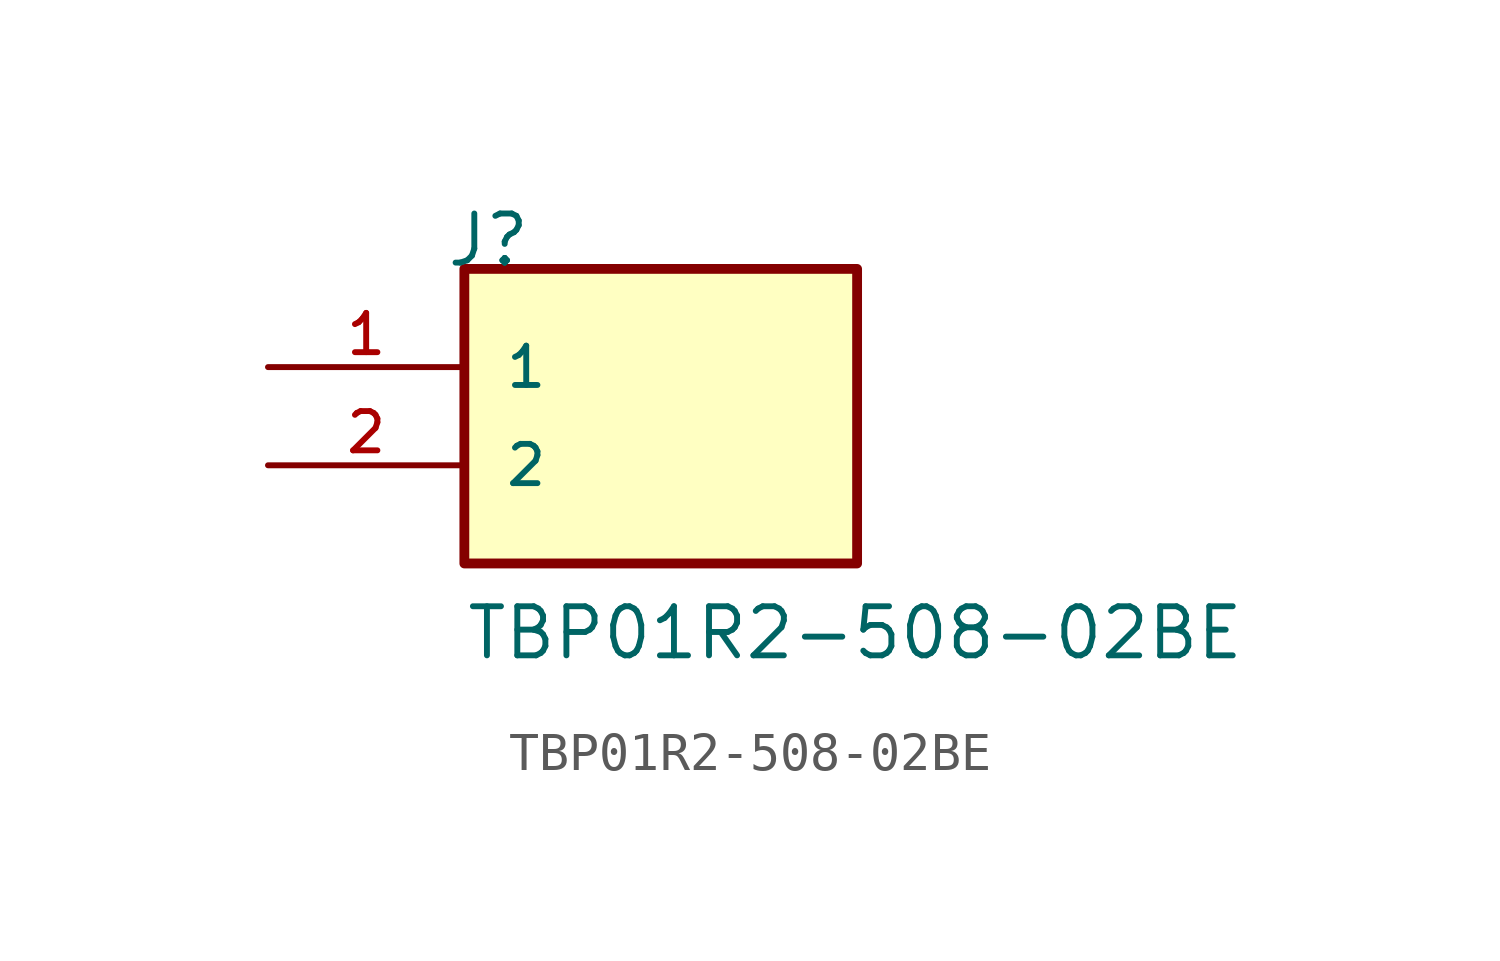
<source format=kicad_sym>
(kicad_symbol_lib
  (version 20231120)
  (generator "kicad_symbol_editor")
  (generator_version "8.0")
  (symbol "TBP01R2-508-02BE"
    (pin_names
      (offset 1.016))
    (property "Reference" "J"
      (at -5.588 5.08 0)
      (effects (font (size 1.27 1.27)) (justify left bottom)))
    (property "Value" "TBP01R2-508-02BE"
      (at -5.08 -5.08 0)
      (effects (font (size 1.27 1.27)) (justify left bottom)))
    (symbol "TBP01R2-508-02BE_0_0"
      (rectangle (start -5.08 -2.54) (end 5.08 5.08) (stroke (width 0.254) (type solid)) (fill (type background)))
      (pin passive line (at -10.16 2.54 0) (length 5.08) (name "1" (effects (font (size 1.016 1.016)))) (number "1" (effects (font (size 1.016 1.016)))))
      (pin passive line (at -10.16 0 0) (length 5.08) (name "2" (effects (font (size 1.016 1.016)))) (number "2" (effects (font (size 1.016 1.016))))))))
</source>
